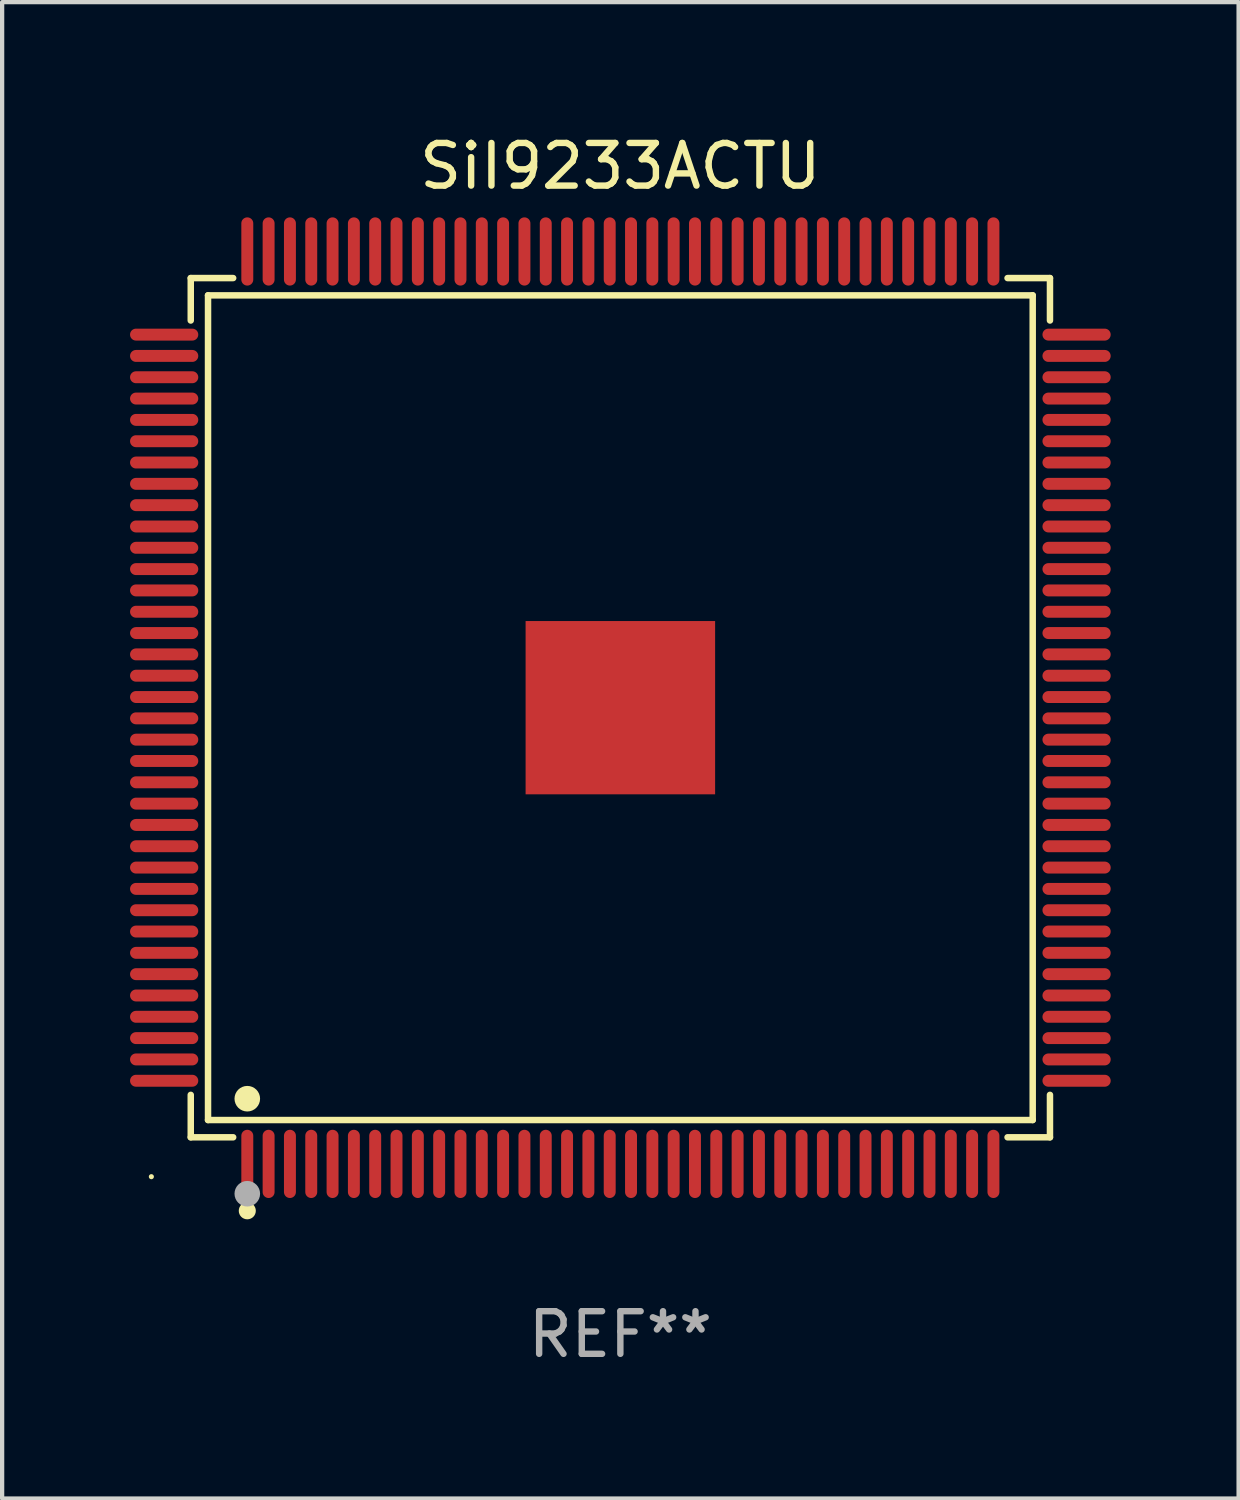
<source format=kicad_pcb>
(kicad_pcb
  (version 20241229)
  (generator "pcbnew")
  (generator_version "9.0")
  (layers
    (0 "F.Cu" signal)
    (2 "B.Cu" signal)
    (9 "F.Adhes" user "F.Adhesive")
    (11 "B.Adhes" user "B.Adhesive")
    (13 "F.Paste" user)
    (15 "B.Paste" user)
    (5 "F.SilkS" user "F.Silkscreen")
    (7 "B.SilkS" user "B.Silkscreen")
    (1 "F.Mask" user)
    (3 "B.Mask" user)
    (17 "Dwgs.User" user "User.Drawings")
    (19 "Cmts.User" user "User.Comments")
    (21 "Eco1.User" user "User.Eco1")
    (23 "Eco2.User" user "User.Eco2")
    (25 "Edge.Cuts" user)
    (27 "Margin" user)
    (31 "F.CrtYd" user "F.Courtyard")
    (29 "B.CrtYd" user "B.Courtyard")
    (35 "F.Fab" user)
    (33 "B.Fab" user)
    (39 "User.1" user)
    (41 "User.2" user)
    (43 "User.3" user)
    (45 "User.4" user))
  (footprint "SiI9233ACTU"
    (layer "F.Cu")
    (at 11.5 13.548)
    (property "Reference" "SiI9233ACTU" (at 0 -12.7 0) (layer "F.SilkS") (effects (font (size 1 1) (thickness 0.15))))
    (attr through_hole)
    (fp_line (start -10.076 -10.076) (end -9.081 -10.076) (stroke (width 0.152) (type solid)) (layer "F.SilkS"))
    (fp_line (start -10.076 -9.081) (end -10.076 -10.076) (stroke (width 0.152) (type solid)) (layer "F.SilkS"))
    (fp_line (start -10.076 9.081) (end -10.076 10.076) (stroke (width 0.152) (type solid)) (layer "F.SilkS"))
    (fp_line (start -10.076 10.076) (end -9.081 10.076) (stroke (width 0.152) (type solid)) (layer "F.SilkS"))
    (fp_line (start -9.671 -9.671) (end 9.671 -9.671) (stroke (width 0.152) (type solid)) (layer "F.SilkS"))
    (fp_line (start -9.671 9.671) (end -9.671 -9.671) (stroke (width 0.152) (type solid)) (layer "F.SilkS"))
    (fp_line (start 9.671 -9.671) (end 9.671 9.671) (stroke (width 0.152) (type solid)) (layer "F.SilkS"))
    (fp_line (start 9.671 9.671) (end -9.671 9.671) (stroke (width 0.152) (type solid)) (layer "F.SilkS"))
    (fp_line (start 10.076 -10.076) (end 9.081 -10.076) (stroke (width 0.152) (type solid)) (layer "F.SilkS"))
    (fp_line (start 10.076 -9.081) (end 10.076 -10.076) (stroke (width 0.152) (type solid)) (layer "F.SilkS"))
    (fp_line (start 10.076 9.081) (end 10.076 10.076) (stroke (width 0.152) (type solid)) (layer "F.SilkS"))
    (fp_line (start 10.076 10.076) (end 9.081 10.076) (stroke (width 0.152) (type solid)) (layer "F.SilkS"))
    (fp_circle (center -11 11) (end -10.97 11) (stroke (width 0.06) (type solid)) (fill no) (layer "F.SilkS"))
    (fp_circle (center -8.75 9.171) (end -8.6 9.171) (stroke (width 0.3) (type solid)) (fill no) (layer "F.SilkS"))
    (fp_circle (center -8.75 11.8) (end -8.65 11.8) (stroke (width 0.2) (type solid)) (fill no) (layer "F.SilkS"))
    (fp_circle (center -8.75 11.4) (end -8.6 11.4) (stroke (width 0.3) (type solid)) (fill no) (layer "F.Fab"))
    (fp_text user "REF**" (at 0 14.7 0) (layer "F.Fab") (effects (font (size 1 1) (thickness 0.15))))
    (pad "1" smd oval (at -8.75 10.7) (size 0.28 1.6) (layers "F.Cu" "F.Mask" "F.Paste"))
    (pad "2" smd oval (at -8.25 10.7) (size 0.28 1.6) (layers "F.Cu" "F.Mask" "F.Paste"))
    (pad "3" smd oval (at -7.75 10.7) (size 0.28 1.6) (layers "F.Cu" "F.Mask" "F.Paste"))
    (pad "4" smd oval (at -7.25 10.7) (size 0.28 1.6) (layers "F.Cu" "F.Mask" "F.Paste"))
    (pad "5" smd oval (at -6.75 10.7) (size 0.28 1.6) (layers "F.Cu" "F.Mask" "F.Paste"))
    (pad "6" smd oval (at -6.25 10.7) (size 0.28 1.6) (layers "F.Cu" "F.Mask" "F.Paste"))
    (pad "7" smd oval (at -5.75 10.7) (size 0.28 1.6) (layers "F.Cu" "F.Mask" "F.Paste"))
    (pad "8" smd oval (at -5.25 10.7) (size 0.28 1.6) (layers "F.Cu" "F.Mask" "F.Paste"))
    (pad "9" smd oval (at -4.75 10.7) (size 0.28 1.6) (layers "F.Cu" "F.Mask" "F.Paste"))
    (pad "10" smd oval (at -4.25 10.7) (size 0.28 1.6) (layers "F.Cu" "F.Mask" "F.Paste"))
    (pad "11" smd oval (at -3.75 10.7) (size 0.28 1.6) (layers "F.Cu" "F.Mask" "F.Paste"))
    (pad "12" smd oval (at -3.25 10.7) (size 0.28 1.6) (layers "F.Cu" "F.Mask" "F.Paste"))
    (pad "13" smd oval (at -2.75 10.7) (size 0.28 1.6) (layers "F.Cu" "F.Mask" "F.Paste"))
    (pad "14" smd oval (at -2.25 10.7) (size 0.28 1.6) (layers "F.Cu" "F.Mask" "F.Paste"))
    (pad "15" smd oval (at -1.75 10.7) (size 0.28 1.6) (layers "F.Cu" "F.Mask" "F.Paste"))
    (pad "16" smd oval (at -1.25 10.7) (size 0.28 1.6) (layers "F.Cu" "F.Mask" "F.Paste"))
    (pad "17" smd oval (at -0.75 10.7) (size 0.28 1.6) (layers "F.Cu" "F.Mask" "F.Paste"))
    (pad "18" smd oval (at -0.25 10.7) (size 0.28 1.6) (layers "F.Cu" "F.Mask" "F.Paste"))
    (pad "19" smd oval (at 0.25 10.7) (size 0.28 1.6) (layers "F.Cu" "F.Mask" "F.Paste"))
    (pad "20" smd oval (at 0.75 10.7) (size 0.28 1.6) (layers "F.Cu" "F.Mask" "F.Paste"))
    (pad "21" smd oval (at 1.25 10.7) (size 0.28 1.6) (layers "F.Cu" "F.Mask" "F.Paste"))
    (pad "22" smd oval (at 1.75 10.7) (size 0.28 1.6) (layers "F.Cu" "F.Mask" "F.Paste"))
    (pad "23" smd oval (at 2.25 10.7) (size 0.28 1.6) (layers "F.Cu" "F.Mask" "F.Paste"))
    (pad "24" smd oval (at 2.75 10.7) (size 0.28 1.6) (layers "F.Cu" "F.Mask" "F.Paste"))
    (pad "25" smd oval (at 3.25 10.7) (size 0.28 1.6) (layers "F.Cu" "F.Mask" "F.Paste"))
    (pad "26" smd oval (at 3.75 10.7) (size 0.28 1.6) (layers "F.Cu" "F.Mask" "F.Paste"))
    (pad "27" smd oval (at 4.25 10.7) (size 0.28 1.6) (layers "F.Cu" "F.Mask" "F.Paste"))
    (pad "28" smd oval (at 4.75 10.7) (size 0.28 1.6) (layers "F.Cu" "F.Mask" "F.Paste"))
    (pad "29" smd oval (at 5.25 10.7) (size 0.28 1.6) (layers "F.Cu" "F.Mask" "F.Paste"))
    (pad "30" smd oval (at 5.75 10.7) (size 0.28 1.6) (layers "F.Cu" "F.Mask" "F.Paste"))
    (pad "31" smd oval (at 6.25 10.7) (size 0.28 1.6) (layers "F.Cu" "F.Mask" "F.Paste"))
    (pad "32" smd oval (at 6.75 10.7) (size 0.28 1.6) (layers "F.Cu" "F.Mask" "F.Paste"))
    (pad "33" smd oval (at 7.25 10.7) (size 0.28 1.6) (layers "F.Cu" "F.Mask" "F.Paste"))
    (pad "34" smd oval (at 7.75 10.7) (size 0.28 1.6) (layers "F.Cu" "F.Mask" "F.Paste"))
    (pad "35" smd oval (at 8.25 10.7) (size 0.28 1.6) (layers "F.Cu" "F.Mask" "F.Paste"))
    (pad "36" smd oval (at 8.75 10.7) (size 0.28 1.6) (layers "F.Cu" "F.Mask" "F.Paste"))
    (pad "37" smd oval (at 10.7 8.75) (size 1.6 0.28) (layers "F.Cu" "F.Mask" "F.Paste"))
    (pad "38" smd oval (at 10.7 8.25) (size 1.6 0.28) (layers "F.Cu" "F.Mask" "F.Paste"))
    (pad "39" smd oval (at 10.7 7.75) (size 1.6 0.28) (layers "F.Cu" "F.Mask" "F.Paste"))
    (pad "40" smd oval (at 10.7 7.25) (size 1.6 0.28) (layers "F.Cu" "F.Mask" "F.Paste"))
    (pad "41" smd oval (at 10.7 6.75) (size 1.6 0.28) (layers "F.Cu" "F.Mask" "F.Paste"))
    (pad "42" smd oval (at 10.7 6.25) (size 1.6 0.28) (layers "F.Cu" "F.Mask" "F.Paste"))
    (pad "43" smd oval (at 10.7 5.75) (size 1.6 0.28) (layers "F.Cu" "F.Mask" "F.Paste"))
    (pad "44" smd oval (at 10.7 5.25) (size 1.6 0.28) (layers "F.Cu" "F.Mask" "F.Paste"))
    (pad "45" smd oval (at 10.7 4.75) (size 1.6 0.28) (layers "F.Cu" "F.Mask" "F.Paste"))
    (pad "46" smd oval (at 10.7 4.25) (size 1.6 0.28) (layers "F.Cu" "F.Mask" "F.Paste"))
    (pad "47" smd oval (at 10.7 3.75) (size 1.6 0.28) (layers "F.Cu" "F.Mask" "F.Paste"))
    (pad "48" smd oval (at 10.7 3.25) (size 1.6 0.28) (layers "F.Cu" "F.Mask" "F.Paste"))
    (pad "49" smd oval (at 10.7 2.75) (size 1.6 0.28) (layers "F.Cu" "F.Mask" "F.Paste"))
    (pad "50" smd oval (at 10.7 2.25) (size 1.6 0.28) (layers "F.Cu" "F.Mask" "F.Paste"))
    (pad "51" smd oval (at 10.7 1.75) (size 1.6 0.28) (layers "F.Cu" "F.Mask" "F.Paste"))
    (pad "52" smd oval (at 10.7 1.25) (size 1.6 0.28) (layers "F.Cu" "F.Mask" "F.Paste"))
    (pad "53" smd oval (at 10.7 0.75) (size 1.6 0.28) (layers "F.Cu" "F.Mask" "F.Paste"))
    (pad "54" smd oval (at 10.7 0.25) (size 1.6 0.28) (layers "F.Cu" "F.Mask" "F.Paste"))
    (pad "55" smd oval (at 10.7 -0.25) (size 1.6 0.28) (layers "F.Cu" "F.Mask" "F.Paste"))
    (pad "56" smd oval (at 10.7 -0.75) (size 1.6 0.28) (layers "F.Cu" "F.Mask" "F.Paste"))
    (pad "57" smd oval (at 10.7 -1.25) (size 1.6 0.28) (layers "F.Cu" "F.Mask" "F.Paste"))
    (pad "58" smd oval (at 10.7 -1.75) (size 1.6 0.28) (layers "F.Cu" "F.Mask" "F.Paste"))
    (pad "59" smd oval (at 10.7 -2.25) (size 1.6 0.28) (layers "F.Cu" "F.Mask" "F.Paste"))
    (pad "60" smd oval (at 10.7 -2.75) (size 1.6 0.28) (layers "F.Cu" "F.Mask" "F.Paste"))
    (pad "61" smd oval (at 10.7 -3.25) (size 1.6 0.28) (layers "F.Cu" "F.Mask" "F.Paste"))
    (pad "62" smd oval (at 10.7 -3.75) (size 1.6 0.28) (layers "F.Cu" "F.Mask" "F.Paste"))
    (pad "63" smd oval (at 10.7 -4.25) (size 1.6 0.28) (layers "F.Cu" "F.Mask" "F.Paste"))
    (pad "64" smd oval (at 10.7 -4.75) (size 1.6 0.28) (layers "F.Cu" "F.Mask" "F.Paste"))
    (pad "65" smd oval (at 10.7 -5.25) (size 1.6 0.28) (layers "F.Cu" "F.Mask" "F.Paste"))
    (pad "66" smd oval (at 10.7 -5.75) (size 1.6 0.28) (layers "F.Cu" "F.Mask" "F.Paste"))
    (pad "67" smd oval (at 10.7 -6.25) (size 1.6 0.28) (layers "F.Cu" "F.Mask" "F.Paste"))
    (pad "68" smd oval (at 10.7 -6.75) (size 1.6 0.28) (layers "F.Cu" "F.Mask" "F.Paste"))
    (pad "69" smd oval (at 10.7 -7.25) (size 1.6 0.28) (layers "F.Cu" "F.Mask" "F.Paste"))
    (pad "70" smd oval (at 10.7 -7.75) (size 1.6 0.28) (layers "F.Cu" "F.Mask" "F.Paste"))
    (pad "71" smd oval (at 10.7 -8.25) (size 1.6 0.28) (layers "F.Cu" "F.Mask" "F.Paste"))
    (pad "72" smd oval (at 10.7 -8.75) (size 1.6 0.28) (layers "F.Cu" "F.Mask" "F.Paste"))
    (pad "73" smd oval (at 8.75 -10.7) (size 0.28 1.6) (layers "F.Cu" "F.Mask" "F.Paste"))
    (pad "74" smd oval (at 8.25 -10.7) (size 0.28 1.6) (layers "F.Cu" "F.Mask" "F.Paste"))
    (pad "75" smd oval (at 7.75 -10.7) (size 0.28 1.6) (layers "F.Cu" "F.Mask" "F.Paste"))
    (pad "76" smd oval (at 7.25 -10.7) (size 0.28 1.6) (layers "F.Cu" "F.Mask" "F.Paste"))
    (pad "77" smd oval (at 6.75 -10.7) (size 0.28 1.6) (layers "F.Cu" "F.Mask" "F.Paste"))
    (pad "78" smd oval (at 6.25 -10.7) (size 0.28 1.6) (layers "F.Cu" "F.Mask" "F.Paste"))
    (pad "79" smd oval (at 5.75 -10.7) (size 0.28 1.6) (layers "F.Cu" "F.Mask" "F.Paste"))
    (pad "80" smd oval (at 5.25 -10.7) (size 0.28 1.6) (layers "F.Cu" "F.Mask" "F.Paste"))
    (pad "81" smd oval (at 4.75 -10.7) (size 0.28 1.6) (layers "F.Cu" "F.Mask" "F.Paste"))
    (pad "82" smd oval (at 4.25 -10.7) (size 0.28 1.6) (layers "F.Cu" "F.Mask" "F.Paste"))
    (pad "83" smd oval (at 3.75 -10.7) (size 0.28 1.6) (layers "F.Cu" "F.Mask" "F.Paste"))
    (pad "84" smd oval (at 3.25 -10.7) (size 0.28 1.6) (layers "F.Cu" "F.Mask" "F.Paste"))
    (pad "85" smd oval (at 2.75 -10.7) (size 0.28 1.6) (layers "F.Cu" "F.Mask" "F.Paste"))
    (pad "86" smd oval (at 2.25 -10.7) (size 0.28 1.6) (layers "F.Cu" "F.Mask" "F.Paste"))
    (pad "87" smd oval (at 1.75 -10.7) (size 0.28 1.6) (layers "F.Cu" "F.Mask" "F.Paste"))
    (pad "88" smd oval (at 1.25 -10.7) (size 0.28 1.6) (layers "F.Cu" "F.Mask" "F.Paste"))
    (pad "89" smd oval (at 0.75 -10.7) (size 0.28 1.6) (layers "F.Cu" "F.Mask" "F.Paste"))
    (pad "90" smd oval (at 0.25 -10.7) (size 0.28 1.6) (layers "F.Cu" "F.Mask" "F.Paste"))
    (pad "91" smd oval (at -0.25 -10.7) (size 0.28 1.6) (layers "F.Cu" "F.Mask" "F.Paste"))
    (pad "92" smd oval (at -0.75 -10.7) (size 0.28 1.6) (layers "F.Cu" "F.Mask" "F.Paste"))
    (pad "93" smd oval (at -1.25 -10.7) (size 0.28 1.6) (layers "F.Cu" "F.Mask" "F.Paste"))
    (pad "94" smd oval (at -1.75 -10.7) (size 0.28 1.6) (layers "F.Cu" "F.Mask" "F.Paste"))
    (pad "95" smd oval (at -2.25 -10.7) (size 0.28 1.6) (layers "F.Cu" "F.Mask" "F.Paste"))
    (pad "96" smd oval (at -2.75 -10.7) (size 0.28 1.6) (layers "F.Cu" "F.Mask" "F.Paste"))
    (pad "97" smd oval (at -3.25 -10.7) (size 0.28 1.6) (layers "F.Cu" "F.Mask" "F.Paste"))
    (pad "98" smd oval (at -3.75 -10.7) (size 0.28 1.6) (layers "F.Cu" "F.Mask" "F.Paste"))
    (pad "99" smd oval (at -4.25 -10.7) (size 0.28 1.6) (layers "F.Cu" "F.Mask" "F.Paste"))
    (pad "100" smd oval (at -4.75 -10.7) (size 0.28 1.6) (layers "F.Cu" "F.Mask" "F.Paste"))
    (pad "101" smd oval (at -5.25 -10.7) (size 0.28 1.6) (layers "F.Cu" "F.Mask" "F.Paste"))
    (pad "102" smd oval (at -5.75 -10.7) (size 0.28 1.6) (layers "F.Cu" "F.Mask" "F.Paste"))
    (pad "103" smd oval (at -6.25 -10.7) (size 0.28 1.6) (layers "F.Cu" "F.Mask" "F.Paste"))
    (pad "104" smd oval (at -6.75 -10.7) (size 0.28 1.6) (layers "F.Cu" "F.Mask" "F.Paste"))
    (pad "105" smd oval (at -7.25 -10.7) (size 0.28 1.6) (layers "F.Cu" "F.Mask" "F.Paste"))
    (pad "106" smd oval (at -7.75 -10.7) (size 0.28 1.6) (layers "F.Cu" "F.Mask" "F.Paste"))
    (pad "107" smd oval (at -8.25 -10.7) (size 0.28 1.6) (layers "F.Cu" "F.Mask" "F.Paste"))
    (pad "108" smd oval (at -8.75 -10.7) (size 0.28 1.6) (layers "F.Cu" "F.Mask" "F.Paste"))
    (pad "109" smd oval (at -10.7 -8.75) (size 1.6 0.28) (layers "F.Cu" "F.Mask" "F.Paste"))
    (pad "110" smd oval (at -10.7 -8.25) (size 1.6 0.28) (layers "F.Cu" "F.Mask" "F.Paste"))
    (pad "111" smd oval (at -10.7 -7.75) (size 1.6 0.28) (layers "F.Cu" "F.Mask" "F.Paste"))
    (pad "112" smd oval (at -10.7 -7.25) (size 1.6 0.28) (layers "F.Cu" "F.Mask" "F.Paste"))
    (pad "113" smd oval (at -10.7 -6.75) (size 1.6 0.28) (layers "F.Cu" "F.Mask" "F.Paste"))
    (pad "114" smd oval (at -10.7 -6.25) (size 1.6 0.28) (layers "F.Cu" "F.Mask" "F.Paste"))
    (pad "115" smd oval (at -10.7 -5.75) (size 1.6 0.28) (layers "F.Cu" "F.Mask" "F.Paste"))
    (pad "116" smd oval (at -10.7 -5.25) (size 1.6 0.28) (layers "F.Cu" "F.Mask" "F.Paste"))
    (pad "117" smd oval (at -10.7 -4.75) (size 1.6 0.28) (layers "F.Cu" "F.Mask" "F.Paste"))
    (pad "118" smd oval (at -10.7 -4.25) (size 1.6 0.28) (layers "F.Cu" "F.Mask" "F.Paste"))
    (pad "119" smd oval (at -10.7 -3.75) (size 1.6 0.28) (layers "F.Cu" "F.Mask" "F.Paste"))
    (pad "120" smd oval (at -10.7 -3.25) (size 1.6 0.28) (layers "F.Cu" "F.Mask" "F.Paste"))
    (pad "121" smd oval (at -10.7 -2.75) (size 1.6 0.28) (layers "F.Cu" "F.Mask" "F.Paste"))
    (pad "122" smd oval (at -10.7 -2.25) (size 1.6 0.28) (layers "F.Cu" "F.Mask" "F.Paste"))
    (pad "123" smd oval (at -10.7 -1.75) (size 1.6 0.28) (layers "F.Cu" "F.Mask" "F.Paste"))
    (pad "124" smd oval (at -10.7 -1.25) (size 1.6 0.28) (layers "F.Cu" "F.Mask" "F.Paste"))
    (pad "125" smd oval (at -10.7 -0.75) (size 1.6 0.28) (layers "F.Cu" "F.Mask" "F.Paste"))
    (pad "126" smd oval (at -10.7 -0.25) (size 1.6 0.28) (layers "F.Cu" "F.Mask" "F.Paste"))
    (pad "127" smd oval (at -10.7 0.25) (size 1.6 0.28) (layers "F.Cu" "F.Mask" "F.Paste"))
    (pad "128" smd oval (at -10.7 0.75) (size 1.6 0.28) (layers "F.Cu" "F.Mask" "F.Paste"))
    (pad "129" smd oval (at -10.7 1.25) (size 1.6 0.28) (layers "F.Cu" "F.Mask" "F.Paste"))
    (pad "130" smd oval (at -10.7 1.75) (size 1.6 0.28) (layers "F.Cu" "F.Mask" "F.Paste"))
    (pad "131" smd oval (at -10.7 2.25) (size 1.6 0.28) (layers "F.Cu" "F.Mask" "F.Paste"))
    (pad "132" smd oval (at -10.7 2.75) (size 1.6 0.28) (layers "F.Cu" "F.Mask" "F.Paste"))
    (pad "133" smd oval (at -10.7 3.25) (size 1.6 0.28) (layers "F.Cu" "F.Mask" "F.Paste"))
    (pad "134" smd oval (at -10.7 3.75) (size 1.6 0.28) (layers "F.Cu" "F.Mask" "F.Paste"))
    (pad "135" smd oval (at -10.7 4.25) (size 1.6 0.28) (layers "F.Cu" "F.Mask" "F.Paste"))
    (pad "136" smd oval (at -10.7 4.75) (size 1.6 0.28) (layers "F.Cu" "F.Mask" "F.Paste"))
    (pad "137" smd oval (at -10.7 5.25) (size 1.6 0.28) (layers "F.Cu" "F.Mask" "F.Paste"))
    (pad "138" smd oval (at -10.7 5.75) (size 1.6 0.28) (layers "F.Cu" "F.Mask" "F.Paste"))
    (pad "139" smd oval (at -10.7 6.25) (size 1.6 0.28) (layers "F.Cu" "F.Mask" "F.Paste"))
    (pad "140" smd oval (at -10.7 6.75) (size 1.6 0.28) (layers "F.Cu" "F.Mask" "F.Paste"))
    (pad "141" smd oval (at -10.7 7.25) (size 1.6 0.28) (layers "F.Cu" "F.Mask" "F.Paste"))
    (pad "142" smd oval (at -10.7 7.75) (size 1.6 0.28) (layers "F.Cu" "F.Mask" "F.Paste"))
    (pad "143" smd oval (at -10.7 8.25) (size 1.6 0.28) (layers "F.Cu" "F.Mask" "F.Paste"))
    (pad "144" smd oval (at -10.7 8.75) (size 1.6 0.28) (layers "F.Cu" "F.Mask" "F.Paste"))
    (pad "145" smd rect (at 0 0) (size 4.445 4.064) (layers "F.Cu" "F.Mask" "F.Paste")))
  (gr_rect
    (start -3 -3)
    (end 26 32.097)
    (stroke (width 0.1) (type default))
    (fill no)
    (layer "Edge.Cuts")))
</source>
